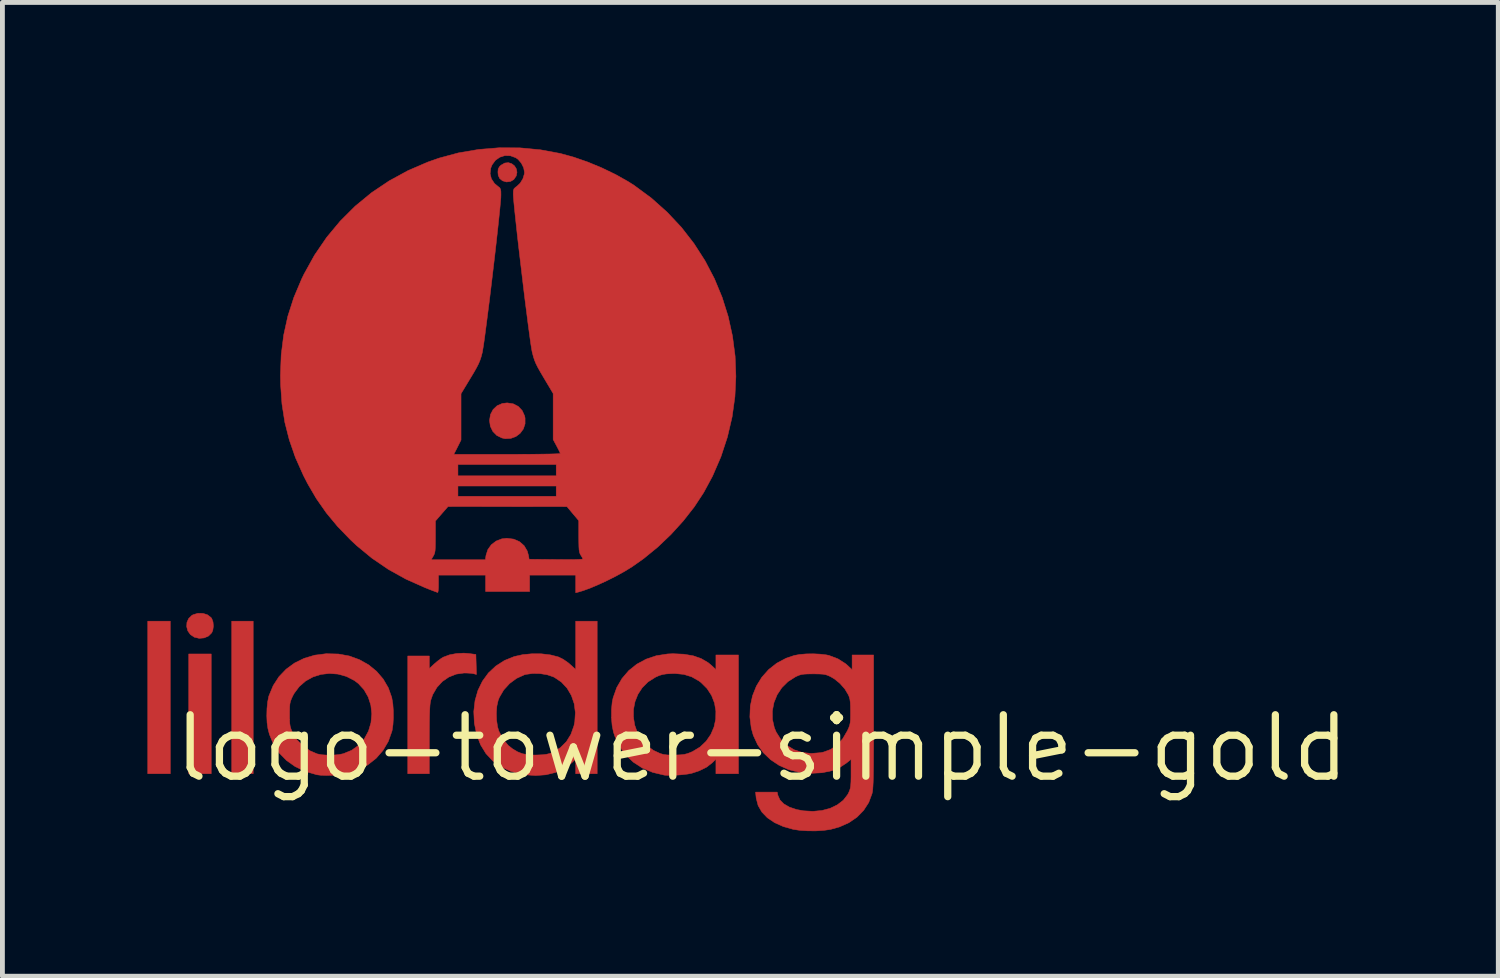
<source format=kicad_pcb>
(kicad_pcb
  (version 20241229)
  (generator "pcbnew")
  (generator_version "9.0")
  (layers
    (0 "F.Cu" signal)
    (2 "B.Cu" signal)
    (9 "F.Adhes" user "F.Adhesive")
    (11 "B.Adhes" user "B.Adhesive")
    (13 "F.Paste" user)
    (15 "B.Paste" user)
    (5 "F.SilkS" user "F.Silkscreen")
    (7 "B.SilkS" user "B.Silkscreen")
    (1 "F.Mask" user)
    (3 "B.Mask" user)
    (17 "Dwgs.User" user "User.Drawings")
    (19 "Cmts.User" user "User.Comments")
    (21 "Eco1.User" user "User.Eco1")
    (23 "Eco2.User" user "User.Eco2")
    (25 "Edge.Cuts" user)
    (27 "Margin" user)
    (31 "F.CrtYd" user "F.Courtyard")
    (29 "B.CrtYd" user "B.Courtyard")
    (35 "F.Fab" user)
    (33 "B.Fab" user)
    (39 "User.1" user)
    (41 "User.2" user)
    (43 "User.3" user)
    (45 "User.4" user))
  (footprint "logo-tower-simple-gold"
    (layer "F.Cu")
    (at 12.705 12.418)
    (property "Reference" "logo-tower-simple-gold" (at 0 0 0) (layer "F.SilkS") (effects (font (size 1.27 1.27) (thickness 0.15))))
    (attr through_hole)
    (fp_poly (pts (xy -12.234 0.529) (xy -12.7 0.529) (xy -12.7 -2.625) (xy -12.234 -2.625) (xy -12.234 0.529)) (stroke (width 0.01) (type solid)) (fill yes) (layer "F.Cu"))
    (fp_poly (pts (xy -11.388 0.529) (xy -11.853 0.529) (xy -11.853 -1.947) (xy -11.388 -1.947) (xy -11.388 0.529)) (stroke (width 0.01) (type solid)) (fill yes) (layer "F.Cu"))
    (fp_poly (pts (xy -10.52 0.529) (xy -10.964 0.529) (xy -10.964 -2.625) (xy -10.52 -2.625) (xy -10.52 0.529)) (stroke (width 0.01) (type solid)) (fill yes) (layer "F.Cu"))
    (fp_poly (pts (xy -5.174 -12.083) (xy -5.118 -12.039) (xy -5.08 -11.978) (xy -5.066 -11.906) (xy -5.082 -11.83) (xy -5.132 -11.757) (xy -5.133 -11.756) (xy -5.201 -11.716) (xy -5.283 -11.706) (xy -5.362 -11.729) (xy -5.366 -11.731) (xy -5.425 -11.779) (xy -5.454 -11.844) (xy -5.46 -11.91) (xy -5.454 -11.975) (xy -5.428 -12.022) (xy -5.396 -12.053) (xy -5.319 -12.097) (xy -5.243 -12.105) (xy -5.174 -12.083)) (stroke (width 0.01) (type solid)) (fill yes) (layer "F.Cu"))
    (fp_poly (pts (xy -11.559 -2.786) (xy -11.466 -2.757) (xy -11.393 -2.701) (xy -11.377 -2.68) (xy -11.351 -2.61) (xy -11.343 -2.522) (xy -11.355 -2.437) (xy -11.377 -2.385) (xy -11.444 -2.318) (xy -11.534 -2.279) (xy -11.636 -2.27) (xy -11.738 -2.294) (xy -11.739 -2.295) (xy -11.819 -2.349) (xy -11.872 -2.424) (xy -11.895 -2.511) (xy -11.89 -2.599) (xy -11.855 -2.679) (xy -11.79 -2.743) (xy -11.761 -2.759) (xy -11.662 -2.788) (xy -11.559 -2.786)) (stroke (width 0.01) (type solid)) (fill yes) (layer "F.Cu"))
    (fp_poly (pts (xy -5.144 -7.119) (xy -5.039 -7.065) (xy -4.959 -6.98) (xy -4.908 -6.869) (xy -4.899 -6.823) (xy -4.899 -6.705) (xy -4.935 -6.598) (xy -5.001 -6.509) (xy -5.089 -6.442) (xy -5.194 -6.404) (xy -5.309 -6.398) (xy -5.378 -6.413) (xy -5.484 -6.465) (xy -5.566 -6.549) (xy -5.617 -6.655) (xy -5.634 -6.774) (xy -5.614 -6.898) (xy -5.56 -7.001) (xy -5.477 -7.079) (xy -5.37 -7.126) (xy -5.27 -7.138) (xy -5.144 -7.119)) (stroke (width 0.01) (type solid)) (fill yes) (layer "F.Cu"))
    (fp_poly (pts (xy -6.062 -1.956) (xy -5.916 -1.937) (xy -5.91 -1.73) (xy -5.904 -1.523) (xy -5.963 -1.539) (xy -6.015 -1.547) (xy -6.092 -1.552) (xy -6.162 -1.553) (xy -6.324 -1.53) (xy -6.475 -1.47) (xy -6.61 -1.377) (xy -6.722 -1.255) (xy -6.808 -1.107) (xy -6.849 -0.99) (xy -6.858 -0.946) (xy -6.865 -0.884) (xy -6.87 -0.8) (xy -6.874 -0.69) (xy -6.877 -0.551) (xy -6.878 -0.377) (xy -6.879 -0.175) (xy -6.879 0.529) (xy -7.324 0.529) (xy -7.324 -1.905) (xy -6.879 -1.905) (xy -6.879 -1.645) (xy -6.776 -1.741) (xy -6.707 -1.8) (xy -6.634 -1.854) (xy -6.587 -1.882) (xy -6.464 -1.928) (xy -6.318 -1.956) (xy -6.165 -1.964) (xy -6.062 -1.956)) (stroke (width 0.01) (type solid)) (fill yes) (layer "F.Cu"))
    (fp_poly (pts (xy -3.408 0.529) (xy -3.852 0.529) (xy -3.852 0.227) (xy -3.946 0.313) (xy -4.095 0.423) (xy -4.271 0.503) (xy -4.468 0.551) (xy -4.681 0.567) (xy -4.907 0.55) (xy -4.964 0.54) (xy -5.193 0.479) (xy -5.394 0.387) (xy -5.566 0.265) (xy -5.708 0.112) (xy -5.819 -0.069) (xy -5.899 -0.279) (xy -5.947 -0.515) (xy -5.948 -0.521) (xy -5.958 -0.728) (xy -5.493 -0.728) (xy -5.488 -0.58) (xy -5.468 -0.443) (xy -5.442 -0.354) (xy -5.357 -0.189) (xy -5.245 -0.054) (xy -5.156 0.016) (xy -5.055 0.076) (xy -4.955 0.115) (xy -4.844 0.136) (xy -4.71 0.143) (xy -4.646 0.142) (xy -4.536 0.137) (xy -4.455 0.127) (xy -4.389 0.111) (xy -4.323 0.084) (xy -4.318 0.082) (xy -4.168 -0.01) (xy -4.045 -0.133) (xy -3.951 -0.285) (xy -3.888 -0.462) (xy -3.871 -0.545) (xy -3.859 -0.736) (xy -3.883 -0.919) (xy -3.941 -1.088) (xy -4.03 -1.239) (xy -4.148 -1.366) (xy -4.292 -1.463) (xy -4.314 -1.474) (xy -4.441 -1.517) (xy -4.588 -1.541) (xy -4.74 -1.544) (xy -4.879 -1.525) (xy -4.916 -1.515) (xy -5.076 -1.442) (xy -5.22 -1.335) (xy -5.341 -1.202) (xy -5.431 -1.048) (xy -5.455 -0.988) (xy -5.482 -0.869) (xy -5.493 -0.728) (xy -5.958 -0.728) (xy -5.959 -0.759) (xy -5.933 -0.984) (xy -5.873 -1.194) (xy -5.78 -1.385) (xy -5.656 -1.555) (xy -5.503 -1.698) (xy -5.325 -1.812) (xy -5.122 -1.894) (xy -4.947 -1.933) (xy -4.755 -1.951) (xy -4.561 -1.95) (xy -4.376 -1.928) (xy -4.215 -1.887) (xy -4.202 -1.882) (xy -4.108 -1.835) (xy -4.01 -1.767) (xy -3.969 -1.732) (xy -3.852 -1.626) (xy -3.852 -2.625) (xy -3.408 -2.625) (xy -3.408 0.529)) (stroke (width 0.01) (type solid)) (fill yes) (layer "F.Cu"))
    (fp_poly (pts (xy -1.616 -1.942) (xy -1.422 -1.909) (xy -1.257 -1.851) (xy -1.116 -1.769) (xy -1.049 -1.714) (xy -0.953 -1.624) (xy -0.953 -1.926) (xy -0.487 -1.926) (xy -0.487 0.529) (xy -0.953 0.529) (xy -0.953 0.228) (xy -1.032 0.305) (xy -1.15 0.396) (xy -1.302 0.47) (xy -1.45 0.519) (xy -1.537 0.536) (xy -1.647 0.549) (xy -1.767 0.559) (xy -1.882 0.564) (xy -1.977 0.562) (xy -2.021 0.558) (xy -2.261 0.501) (xy -2.474 0.411) (xy -2.661 0.29) (xy -2.819 0.14) (xy -2.947 -0.04) (xy -3.043 -0.246) (xy -3.072 -0.334) (xy -3.099 -0.469) (xy -3.112 -0.626) (xy -3.112 -0.637) (xy -2.658 -0.637) (xy -2.632 -0.476) (xy -2.577 -0.322) (xy -2.494 -0.18) (xy -2.384 -0.056) (xy -2.246 0.046) (xy -2.106 0.111) (xy -2.037 0.131) (xy -1.959 0.141) (xy -1.858 0.144) (xy -1.789 0.143) (xy -1.683 0.138) (xy -1.606 0.129) (xy -1.541 0.113) (xy -1.474 0.087) (xy -1.435 0.07) (xy -1.28 -0.024) (xy -1.154 -0.144) (xy -1.058 -0.284) (xy -0.992 -0.438) (xy -0.957 -0.601) (xy -0.954 -0.767) (xy -0.982 -0.932) (xy -1.043 -1.089) (xy -1.137 -1.233) (xy -1.264 -1.359) (xy -1.302 -1.388) (xy -1.453 -1.474) (xy -1.617 -1.525) (xy -1.8 -1.543) (xy -1.872 -1.541) (xy -1.976 -1.535) (xy -2.053 -1.523) (xy -2.121 -1.503) (xy -2.196 -1.47) (xy -2.207 -1.464) (xy -2.357 -1.369) (xy -2.476 -1.25) (xy -2.566 -1.112) (xy -2.626 -0.961) (xy -2.657 -0.801) (xy -2.658 -0.637) (xy -3.112 -0.637) (xy -3.112 -0.791) (xy -3.098 -0.945) (xy -3.079 -1.039) (xy -3.004 -1.251) (xy -2.895 -1.439) (xy -2.756 -1.602) (xy -2.589 -1.736) (xy -2.398 -1.839) (xy -2.185 -1.911) (xy -1.953 -1.947) (xy -1.841 -1.952) (xy -1.616 -1.942)) (stroke (width 0.01) (type solid)) (fill yes) (layer "F.Cu"))
    (fp_poly (pts (xy -8.761 -1.946) (xy -8.758 -1.946) (xy -8.533 -1.905) (xy -8.324 -1.829) (xy -8.135 -1.723) (xy -7.969 -1.588) (xy -7.832 -1.428) (xy -7.726 -1.247) (xy -7.655 -1.047) (xy -7.653 -1.035) (xy -7.633 -0.917) (xy -7.623 -0.776) (xy -7.622 -0.628) (xy -7.63 -0.487) (xy -7.647 -0.369) (xy -7.652 -0.348) (xy -7.726 -0.14) (xy -7.836 0.047) (xy -7.978 0.21) (xy -8.151 0.346) (xy -8.352 0.454) (xy -8.498 0.508) (xy -8.603 0.532) (xy -8.732 0.55) (xy -8.872 0.561) (xy -9.009 0.565) (xy -9.13 0.56) (xy -9.206 0.55) (xy -9.442 0.481) (xy -9.652 0.382) (xy -9.832 0.254) (xy -9.983 0.099) (xy -10.101 -0.082) (xy -10.185 -0.286) (xy -10.215 -0.402) (xy -10.233 -0.526) (xy -10.239 -0.669) (xy -10.238 -0.699) (xy -9.768 -0.699) (xy -9.768 -0.59) (xy -9.764 -0.511) (xy -9.755 -0.451) (xy -9.739 -0.398) (xy -9.715 -0.339) (xy -9.708 -0.323) (xy -9.616 -0.174) (xy -9.493 -0.046) (xy -9.344 0.056) (xy -9.197 0.119) (xy -9.105 0.137) (xy -8.988 0.145) (xy -8.862 0.144) (xy -8.743 0.133) (xy -8.656 0.115) (xy -8.484 0.044) (xy -8.339 -0.06) (xy -8.222 -0.193) (xy -8.136 -0.353) (xy -8.085 -0.525) (xy -8.068 -0.71) (xy -8.088 -0.889) (xy -8.142 -1.057) (xy -8.229 -1.208) (xy -8.345 -1.335) (xy -8.428 -1.398) (xy -8.594 -1.483) (xy -8.769 -1.531) (xy -8.946 -1.544) (xy -9.121 -1.524) (xy -9.286 -1.471) (xy -9.437 -1.387) (xy -9.568 -1.273) (xy -9.673 -1.132) (xy -9.7 -1.083) (xy -9.73 -1.019) (xy -9.749 -0.967) (xy -9.761 -0.914) (xy -9.766 -0.849) (xy -9.768 -0.758) (xy -9.768 -0.699) (xy -10.238 -0.699) (xy -10.235 -0.818) (xy -10.221 -0.957) (xy -10.198 -1.071) (xy -10.194 -1.083) (xy -10.107 -1.292) (xy -9.988 -1.476) (xy -9.839 -1.632) (xy -9.664 -1.76) (xy -9.466 -1.857) (xy -9.248 -1.922) (xy -9.012 -1.952) (xy -8.761 -1.946)) (stroke (width 0.01) (type solid)) (fill yes) (layer "F.Cu"))
    (fp_poly (pts (xy 1.205 -1.943) (xy 1.33 -1.928) (xy 1.386 -1.916) (xy 1.57 -1.846) (xy 1.73 -1.744) (xy 1.783 -1.697) (xy 1.863 -1.621) (xy 1.863 -1.926) (xy 2.307 -1.926) (xy 2.307 -0.555) (xy 2.307 -0.273) (xy 2.307 -0.029) (xy 2.306 0.178) (xy 2.305 0.352) (xy 2.303 0.497) (xy 2.301 0.616) (xy 2.298 0.711) (xy 2.294 0.787) (xy 2.29 0.846) (xy 2.285 0.891) (xy 2.278 0.926) (xy 2.275 0.941) (xy 2.206 1.125) (xy 2.101 1.287) (xy 1.964 1.427) (xy 1.796 1.542) (xy 1.601 1.629) (xy 1.414 1.681) (xy 1.275 1.701) (xy 1.113 1.711) (xy 0.944 1.71) (xy 0.783 1.7) (xy 0.649 1.68) (xy 0.439 1.621) (xy 0.259 1.54) (xy 0.111 1.44) (xy -0.003 1.322) (xy -0.08 1.188) (xy -0.119 1.04) (xy -0.121 1.028) (xy -0.133 0.91) (xy 0.314 0.91) (xy 0.328 0.975) (xy 0.371 1.071) (xy 0.451 1.153) (xy 0.567 1.22) (xy 0.716 1.27) (xy 0.858 1.296) (xy 1.055 1.307) (xy 1.241 1.289) (xy 1.41 1.244) (xy 1.558 1.172) (xy 1.68 1.078) (xy 1.771 0.961) (xy 1.792 0.921) (xy 1.812 0.873) (xy 1.826 0.827) (xy 1.834 0.771) (xy 1.839 0.698) (xy 1.841 0.597) (xy 1.841 0.522) (xy 1.841 0.23) (xy 1.75 0.305) (xy 1.607 0.4) (xy 1.443 0.467) (xy 1.251 0.507) (xy 1.238 0.509) (xy 0.995 0.522) (xy 0.765 0.5) (xy 0.55 0.444) (xy 0.353 0.356) (xy 0.179 0.24) (xy 0.029 0.096) (xy -0.091 -0.072) (xy -0.18 -0.264) (xy -0.222 -0.413) (xy -0.251 -0.644) (xy -0.246 -0.77) (xy 0.214 -0.77) (xy 0.216 -0.594) (xy 0.255 -0.422) (xy 0.293 -0.331) (xy 0.39 -0.179) (xy 0.515 -0.057) (xy 0.662 0.033) (xy 0.83 0.089) (xy 1.015 0.11) (xy 1.212 0.094) (xy 1.27 0.082) (xy 1.42 0.027) (xy 1.553 -0.066) (xy 1.669 -0.195) (xy 1.764 -0.357) (xy 1.793 -0.42) (xy 1.812 -0.472) (xy 1.823 -0.525) (xy 1.829 -0.591) (xy 1.83 -0.681) (xy 1.83 -0.751) (xy 1.829 -0.867) (xy 1.825 -0.95) (xy 1.816 -1.013) (xy 1.801 -1.065) (xy 1.783 -1.106) (xy 1.712 -1.224) (xy 1.612 -1.337) (xy 1.497 -1.431) (xy 1.421 -1.476) (xy 1.365 -1.502) (xy 1.315 -1.519) (xy 1.259 -1.529) (xy 1.187 -1.533) (xy 1.086 -1.535) (xy 1.058 -1.535) (xy 0.95 -1.534) (xy 0.873 -1.53) (xy 0.815 -1.522) (xy 0.764 -1.507) (xy 0.709 -1.483) (xy 0.688 -1.472) (xy 0.536 -1.375) (xy 0.41 -1.25) (xy 0.313 -1.104) (xy 0.247 -0.941) (xy 0.214 -0.77) (xy -0.246 -0.77) (xy -0.242 -0.869) (xy -0.196 -1.083) (xy -0.116 -1.283) (xy -0.005 -1.464) (xy 0.136 -1.623) (xy 0.304 -1.756) (xy 0.498 -1.859) (xy 0.667 -1.916) (xy 0.777 -1.936) (xy 0.913 -1.948) (xy 1.061 -1.95) (xy 1.205 -1.943)) (stroke (width 0.01) (type solid)) (fill yes) (layer "F.Cu"))
    (fp_poly (pts (xy -5.006 -12.411) (xy -4.581 -12.371) (xy -4.17 -12.295) (xy -3.894 -12.219) (xy -3.603 -12.118) (xy -3.311 -11.997) (xy -3.029 -11.861) (xy -2.771 -11.716) (xy -2.646 -11.637) (xy -2.288 -11.373) (xy -1.962 -11.082) (xy -1.667 -10.768) (xy -1.406 -10.432) (xy -1.178 -10.077) (xy -0.984 -9.706) (xy -0.824 -9.32) (xy -0.699 -8.923) (xy -0.61 -8.517) (xy -0.556 -8.104) (xy -0.54 -7.686) (xy -0.56 -7.267) (xy -0.618 -6.849) (xy -0.715 -6.433) (xy -0.85 -6.023) (xy -1.024 -5.621) (xy -1.206 -5.284) (xy -1.399 -4.99) (xy -1.627 -4.699) (xy -1.882 -4.418) (xy -2.158 -4.155) (xy -2.447 -3.919) (xy -2.688 -3.749) (xy -2.841 -3.655) (xy -3.013 -3.56) (xy -3.193 -3.469) (xy -3.374 -3.385) (xy -3.545 -3.312) (xy -3.698 -3.256) (xy -3.799 -3.226) (xy -3.852 -3.213) (xy -3.852 -3.577) (xy -4.805 -3.577) (xy -4.805 -3.239) (xy -5.715 -3.239) (xy -5.715 -3.577) (xy -6.689 -3.577) (xy -6.689 -3.397) (xy -6.69 -3.316) (xy -6.695 -3.254) (xy -6.702 -3.221) (xy -6.705 -3.218) (xy -6.729 -3.226) (xy -6.785 -3.247) (xy -6.864 -3.277) (xy -6.959 -3.315) (xy -6.974 -3.321) (xy -7.366 -3.496) (xy -7.727 -3.697) (xy -8.017 -3.895) (xy -6.841 -3.895) (xy -5.72 -3.895) (xy -5.706 -3.988) (xy -5.668 -4.106) (xy -5.597 -4.205) (xy -5.498 -4.281) (xy -5.38 -4.327) (xy -5.274 -4.339) (xy -5.133 -4.321) (xy -5.014 -4.269) (xy -4.919 -4.186) (xy -4.854 -4.076) (xy -4.827 -3.979) (xy -4.815 -3.905) (xy -4.259 -3.9) (xy -4.111 -3.899) (xy -3.978 -3.899) (xy -3.865 -3.9) (xy -3.778 -3.903) (xy -3.723 -3.906) (xy -3.704 -3.91) (xy -3.715 -3.937) (xy -3.741 -3.982) (xy -3.747 -3.99) (xy -3.763 -4.019) (xy -3.774 -4.053) (xy -3.782 -4.1) (xy -3.786 -4.167) (xy -3.788 -4.263) (xy -3.789 -4.378) (xy -3.789 -4.703) (xy -3.911 -4.848) (xy -4.032 -4.993) (xy -6.492 -4.995) (xy -6.622 -4.846) (xy -6.752 -4.696) (xy -6.752 -4.371) (xy -6.753 -4.244) (xy -6.755 -4.151) (xy -6.759 -4.085) (xy -6.767 -4.038) (xy -6.78 -4.002) (xy -6.797 -3.97) (xy -6.841 -3.895) (xy -8.017 -3.895) (xy -8.063 -3.926) (xy -8.381 -4.188) (xy -8.507 -4.306) (xy -8.775 -4.583) (xy -9.007 -4.863) (xy -9.212 -5.156) (xy -9.366 -5.419) (xy -6.287 -5.419) (xy -6.287 -5.207) (xy -4.255 -5.207) (xy -4.255 -5.419) (xy -6.287 -5.419) (xy -9.366 -5.419) (xy -9.396 -5.471) (xy -9.483 -5.641) (xy -9.582 -5.863) (xy -6.287 -5.863) (xy -6.287 -5.63) (xy -4.255 -5.63) (xy -4.255 -5.863) (xy -6.287 -5.863) (xy -9.582 -5.863) (xy -9.647 -6.008) (xy -9.67 -6.075) (xy -6.372 -6.075) (xy -5.271 -6.075) (xy -5.059 -6.075) (xy -4.861 -6.076) (xy -4.681 -6.077) (xy -4.521 -6.079) (xy -4.387 -6.081) (xy -4.281 -6.084) (xy -4.209 -6.087) (xy -4.173 -6.09) (xy -4.17 -6.091) (xy -4.18 -6.116) (xy -4.205 -6.168) (xy -4.24 -6.235) (xy -4.244 -6.243) (xy -4.318 -6.38) (xy -4.318 -7.332) (xy -4.509 -7.653) (xy -4.581 -7.775) (xy -4.635 -7.871) (xy -4.674 -7.949) (xy -4.703 -8.019) (xy -4.726 -8.091) (xy -4.748 -8.173) (xy -4.753 -8.194) (xy -4.763 -8.249) (xy -4.778 -8.342) (xy -4.796 -8.468) (xy -4.817 -8.623) (xy -4.841 -8.802) (xy -4.866 -9.001) (xy -4.894 -9.216) (xy -4.922 -9.443) (xy -4.95 -9.677) (xy -4.978 -9.913) (xy -5.006 -10.148) (xy -5.033 -10.377) (xy -5.058 -10.595) (xy -5.08 -10.799) (xy -5.1 -10.984) (xy -5.117 -11.146) (xy -5.13 -11.28) (xy -5.139 -11.381) (xy -5.143 -11.447) (xy -5.143 -11.458) (xy -5.141 -11.525) (xy -5.128 -11.565) (xy -5.097 -11.596) (xy -5.068 -11.616) (xy -4.999 -11.682) (xy -4.944 -11.772) (xy -4.914 -11.87) (xy -4.911 -11.907) (xy -4.928 -11.999) (xy -4.975 -12.093) (xy -5.042 -12.172) (xy -5.091 -12.207) (xy -5.203 -12.248) (xy -5.316 -12.251) (xy -5.421 -12.218) (xy -5.512 -12.154) (xy -5.581 -12.06) (xy -5.609 -11.99) (xy -5.622 -11.877) (xy -5.595 -11.77) (xy -5.531 -11.674) (xy -5.455 -11.611) (xy -5.424 -11.587) (xy -5.407 -11.558) (xy -5.399 -11.513) (xy -5.398 -11.438) (xy -5.398 -11.433) (xy -5.4 -11.376) (xy -5.408 -11.281) (xy -5.42 -11.153) (xy -5.436 -10.996) (xy -5.455 -10.815) (xy -5.477 -10.614) (xy -5.501 -10.398) (xy -5.527 -10.17) (xy -5.555 -9.935) (xy -5.583 -9.698) (xy -5.611 -9.463) (xy -5.639 -9.234) (xy -5.667 -9.016) (xy -5.693 -8.813) (xy -5.717 -8.63) (xy -5.738 -8.47) (xy -5.757 -8.338) (xy -5.773 -8.239) (xy -5.784 -8.177) (xy -5.786 -8.17) (xy -5.807 -8.09) (xy -5.831 -8.018) (xy -5.861 -7.946) (xy -5.902 -7.866) (xy -5.958 -7.767) (xy -6.029 -7.649) (xy -6.223 -7.328) (xy -6.223 -6.37) (xy -6.297 -6.222) (xy -6.372 -6.075) (xy -9.67 -6.075) (xy -9.773 -6.371) (xy -9.866 -6.737) (xy -9.925 -7.115) (xy -9.953 -7.513) (xy -9.957 -7.705) (xy -9.941 -8.131) (xy -9.89 -8.538) (xy -9.804 -8.93) (xy -9.68 -9.316) (xy -9.518 -9.7) (xy -9.47 -9.799) (xy -9.252 -10.193) (xy -9.001 -10.56) (xy -8.72 -10.898) (xy -8.41 -11.207) (xy -8.073 -11.484) (xy -7.708 -11.729) (xy -7.319 -11.941) (xy -6.906 -12.119) (xy -6.677 -12.199) (xy -6.277 -12.307) (xy -5.86 -12.378) (xy -5.435 -12.413) (xy -5.006 -12.411)) (stroke (width 0.01) (type solid)) (fill yes) (layer "F.Cu"))
    (fp_poly (pts (xy -12.234 0.529) (xy -12.7 0.529) (xy -12.7 -2.625) (xy -12.234 -2.625) (xy -12.234 0.529)) (stroke (width 0.01) (type solid)) (fill yes) (layer "F.Mask"))
    (fp_poly (pts (xy -11.388 0.529) (xy -11.853 0.529) (xy -11.853 -1.947) (xy -11.388 -1.947) (xy -11.388 0.529)) (stroke (width 0.01) (type solid)) (fill yes) (layer "F.Mask"))
    (fp_poly (pts (xy -10.509 0.519) (xy -10.737 0.525) (xy -10.964 0.531) (xy -10.964 -2.625) (xy -10.498 -2.625) (xy -10.509 0.519)) (stroke (width 0.01) (type solid)) (fill yes) (layer "F.Mask"))
    (fp_poly (pts (xy -5.179 -12.084) (xy -5.118 -12.039) (xy -5.077 -11.974) (xy -5.064 -11.892) (xy -5.069 -11.855) (xy -5.104 -11.781) (xy -5.166 -11.73) (xy -5.242 -11.706) (xy -5.322 -11.712) (xy -5.395 -11.751) (xy -5.405 -11.761) (xy -5.453 -11.835) (xy -5.463 -11.918) (xy -5.435 -12) (xy -5.399 -12.045) (xy -5.328 -12.092) (xy -5.252 -12.103) (xy -5.179 -12.084)) (stroke (width 0.01) (type solid)) (fill yes) (layer "F.Mask"))
    (fp_poly (pts (xy -11.583 -2.788) (xy -11.475 -2.759) (xy -11.397 -2.7) (xy -11.35 -2.613) (xy -11.337 -2.518) (xy -11.357 -2.423) (xy -11.407 -2.345) (xy -11.433 -2.323) (xy -11.51 -2.287) (xy -11.604 -2.272) (xy -11.698 -2.28) (xy -11.739 -2.294) (xy -11.825 -2.354) (xy -11.879 -2.437) (xy -11.896 -2.529) (xy -11.877 -2.628) (xy -11.824 -2.708) (xy -11.745 -2.763) (xy -11.646 -2.789) (xy -11.583 -2.788)) (stroke (width 0.01) (type solid)) (fill yes) (layer "F.Mask"))
    (fp_poly (pts (xy -5.146 -7.117) (xy -5.042 -7.069) (xy -4.963 -6.988) (xy -4.96 -6.983) (xy -4.908 -6.872) (xy -4.893 -6.76) (xy -4.912 -6.654) (xy -4.959 -6.559) (xy -5.031 -6.481) (xy -5.123 -6.425) (xy -5.231 -6.399) (xy -5.351 -6.406) (xy -5.387 -6.416) (xy -5.489 -6.468) (xy -5.566 -6.551) (xy -5.615 -6.659) (xy -5.63 -6.775) (xy -5.612 -6.899) (xy -5.559 -7.001) (xy -5.478 -7.077) (xy -5.371 -7.122) (xy -5.276 -7.133) (xy -5.146 -7.117)) (stroke (width 0.01) (type solid)) (fill yes) (layer "F.Mask"))
    (fp_poly (pts (xy -6.097 -1.956) (xy -6.016 -1.952) (xy -5.96 -1.947) (xy -5.943 -1.943) (xy -5.925 -1.93) (xy -5.914 -1.903) (xy -5.908 -1.855) (xy -5.906 -1.776) (xy -5.905 -1.724) (xy -5.906 -1.63) (xy -5.909 -1.571) (xy -5.916 -1.54) (xy -5.928 -1.53) (xy -5.943 -1.531) (xy -6.108 -1.556) (xy -6.271 -1.541) (xy -6.427 -1.491) (xy -6.569 -1.408) (xy -6.691 -1.295) (xy -6.786 -1.156) (xy -6.82 -1.084) (xy -6.832 -1.05) (xy -6.843 -1.017) (xy -6.851 -0.98) (xy -6.858 -0.934) (xy -6.863 -0.873) (xy -6.866 -0.794) (xy -6.869 -0.691) (xy -6.871 -0.56) (xy -6.873 -0.396) (xy -6.875 -0.217) (xy -6.882 0.529) (xy -7.324 0.529) (xy -7.324 -1.905) (xy -6.879 -1.905) (xy -6.879 -1.647) (xy -6.763 -1.753) (xy -6.651 -1.842) (xy -6.537 -1.903) (xy -6.41 -1.939) (xy -6.259 -1.955) (xy -6.191 -1.957) (xy -6.097 -1.956)) (stroke (width 0.01) (type solid)) (fill yes) (layer "F.Mask"))
    (fp_poly (pts (xy -3.397 0.519) (xy -3.625 0.525) (xy -3.852 0.531) (xy -3.852 0.224) (xy -3.942 0.311) (xy -4.082 0.418) (xy -4.25 0.497) (xy -4.44 0.547) (xy -4.647 0.567) (xy -4.866 0.555) (xy -4.964 0.54) (xy -5.192 0.479) (xy -5.393 0.387) (xy -5.564 0.264) (xy -5.706 0.113) (xy -5.817 -0.066) (xy -5.896 -0.27) (xy -5.941 -0.499) (xy -5.95 -0.654) (xy -5.498 -0.654) (xy -5.476 -0.479) (xy -5.423 -0.314) (xy -5.342 -0.167) (xy -5.236 -0.044) (xy -5.129 0.035) (xy -5.029 0.087) (xy -4.933 0.121) (xy -4.827 0.138) (xy -4.698 0.143) (xy -4.646 0.142) (xy -4.539 0.138) (xy -4.46 0.13) (xy -4.395 0.114) (xy -4.331 0.089) (xy -4.314 0.081) (xy -4.167 -0.01) (xy -4.046 -0.132) (xy -3.952 -0.278) (xy -3.89 -0.445) (xy -3.86 -0.626) (xy -3.866 -0.816) (xy -3.871 -0.852) (xy -3.92 -1.04) (xy -4 -1.202) (xy -4.109 -1.335) (xy -4.244 -1.437) (xy -4.403 -1.506) (xy -4.583 -1.539) (xy -4.606 -1.541) (xy -4.801 -1.532) (xy -4.978 -1.487) (xy -5.134 -1.407) (xy -5.267 -1.294) (xy -5.373 -1.151) (xy -5.449 -0.98) (xy -5.485 -0.832) (xy -5.498 -0.654) (xy -5.95 -0.654) (xy -5.952 -0.699) (xy -5.935 -0.939) (xy -5.885 -1.158) (xy -5.8 -1.353) (xy -5.683 -1.523) (xy -5.635 -1.575) (xy -5.478 -1.714) (xy -5.312 -1.818) (xy -5.13 -1.891) (xy -4.926 -1.934) (xy -4.695 -1.949) (xy -4.667 -1.949) (xy -4.467 -1.94) (xy -4.299 -1.912) (xy -4.156 -1.863) (xy -4.032 -1.789) (xy -3.932 -1.702) (xy -3.852 -1.623) (xy -3.852 -2.625) (xy -3.386 -2.625) (xy -3.397 0.519)) (stroke (width 0.01) (type solid)) (fill yes) (layer "F.Mask"))
    (fp_poly (pts (xy -8.75 -1.943) (xy -8.604 -1.923) (xy -8.466 -1.886) (xy -8.323 -1.828) (xy -8.266 -1.8) (xy -8.082 -1.687) (xy -7.923 -1.542) (xy -7.793 -1.371) (xy -7.696 -1.177) (xy -7.654 -1.045) (xy -7.634 -0.932) (xy -7.623 -0.793) (xy -7.621 -0.644) (xy -7.629 -0.501) (xy -7.645 -0.379) (xy -7.652 -0.348) (xy -7.726 -0.14) (xy -7.836 0.047) (xy -7.977 0.209) (xy -8.147 0.345) (xy -8.343 0.452) (xy -8.561 0.525) (xy -8.619 0.538) (xy -8.763 0.559) (xy -8.922 0.568) (xy -9.075 0.564) (xy -9.206 0.548) (xy -9.432 0.485) (xy -9.638 0.39) (xy -9.818 0.265) (xy -9.971 0.113) (xy -10.092 -0.062) (xy -10.178 -0.258) (xy -10.183 -0.274) (xy -10.219 -0.431) (xy -10.237 -0.609) (xy -10.238 -0.688) (xy -9.768 -0.688) (xy -9.767 -0.581) (xy -9.763 -0.504) (xy -9.753 -0.444) (xy -9.736 -0.39) (xy -9.71 -0.328) (xy -9.708 -0.323) (xy -9.616 -0.174) (xy -9.493 -0.046) (xy -9.344 0.056) (xy -9.197 0.119) (xy -9.098 0.138) (xy -8.975 0.147) (xy -8.843 0.144) (xy -8.721 0.13) (xy -8.632 0.108) (xy -8.548 0.075) (xy -8.466 0.035) (xy -8.431 0.015) (xy -8.299 -0.092) (xy -8.197 -0.222) (xy -8.125 -0.371) (xy -8.081 -0.532) (xy -8.068 -0.699) (xy -8.083 -0.866) (xy -8.128 -1.026) (xy -8.203 -1.174) (xy -8.307 -1.303) (xy -8.424 -1.397) (xy -8.589 -1.48) (xy -8.761 -1.528) (xy -8.937 -1.542) (xy -9.11 -1.524) (xy -9.274 -1.475) (xy -9.424 -1.397) (xy -9.554 -1.291) (xy -9.659 -1.16) (xy -9.719 -1.041) (xy -9.742 -0.976) (xy -9.757 -0.91) (xy -9.765 -0.83) (xy -9.768 -0.725) (xy -9.768 -0.688) (xy -10.238 -0.688) (xy -10.238 -0.789) (xy -10.219 -0.954) (xy -10.215 -0.974) (xy -10.149 -1.192) (xy -10.049 -1.387) (xy -9.916 -1.556) (xy -9.753 -1.698) (xy -9.586 -1.797) (xy -9.434 -1.865) (xy -9.296 -1.91) (xy -9.157 -1.936) (xy -9 -1.947) (xy -8.922 -1.948) (xy -8.75 -1.943)) (stroke (width 0.01) (type solid)) (fill yes) (layer "F.Mask"))
    (fp_poly (pts (xy -1.603 -1.941) (xy -1.486 -1.925) (xy -1.351 -1.887) (xy -1.216 -1.828) (xy -1.099 -1.758) (xy -1.032 -1.703) (xy -0.953 -1.625) (xy -0.953 -1.926) (xy -0.487 -1.926) (xy -0.487 0.529) (xy -0.953 0.529) (xy -0.953 0.238) (xy -1.032 0.31) (xy -1.153 0.398) (xy -1.305 0.472) (xy -1.45 0.519) (xy -1.537 0.536) (xy -1.648 0.55) (xy -1.768 0.56) (xy -1.884 0.564) (xy -1.98 0.562) (xy -2.021 0.558) (xy -2.259 0.501) (xy -2.472 0.411) (xy -2.659 0.291) (xy -2.817 0.141) (xy -2.944 -0.037) (xy -3.04 -0.24) (xy -3.079 -0.37) (xy -3.099 -0.485) (xy -3.109 -0.624) (xy -3.109 -0.654) (xy -2.656 -0.654) (xy -2.631 -0.483) (xy -2.576 -0.32) (xy -2.49 -0.172) (xy -2.375 -0.046) (xy -2.286 0.021) (xy -2.187 0.078) (xy -2.093 0.116) (xy -1.993 0.136) (xy -1.871 0.143) (xy -1.789 0.142) (xy -1.684 0.138) (xy -1.607 0.129) (xy -1.542 0.114) (xy -1.476 0.089) (xy -1.435 0.07) (xy -1.274 -0.028) (xy -1.141 -0.158) (xy -1.039 -0.316) (xy -1.03 -0.334) (xy -1 -0.402) (xy -0.98 -0.459) (xy -0.969 -0.517) (xy -0.964 -0.591) (xy -0.963 -0.693) (xy -0.963 -0.699) (xy -0.965 -0.808) (xy -0.971 -0.888) (xy -0.983 -0.95) (xy -1.003 -1.007) (xy -1.012 -1.027) (xy -1.085 -1.165) (xy -1.168 -1.273) (xy -1.27 -1.364) (xy -1.289 -1.378) (xy -1.444 -1.466) (xy -1.613 -1.521) (xy -1.788 -1.544) (xy -1.962 -1.535) (xy -2.13 -1.494) (xy -2.282 -1.423) (xy -2.413 -1.322) (xy -2.433 -1.301) (xy -2.539 -1.157) (xy -2.611 -0.997) (xy -2.65 -0.828) (xy -2.656 -0.654) (xy -3.109 -0.654) (xy -3.109 -0.772) (xy -3.099 -0.912) (xy -3.079 -1.027) (xy -3.079 -1.027) (xy -3.017 -1.214) (xy -2.928 -1.379) (xy -2.806 -1.534) (xy -2.753 -1.59) (xy -2.604 -1.721) (xy -2.451 -1.818) (xy -2.279 -1.887) (xy -2.169 -1.917) (xy -2.048 -1.936) (xy -1.902 -1.947) (xy -1.748 -1.949) (xy -1.603 -1.941)) (stroke (width 0.01) (type solid)) (fill yes) (layer "F.Mask"))
    (fp_poly (pts (xy 1.255 -1.938) (xy 1.444 -1.897) (xy 1.608 -1.828) (xy 1.75 -1.728) (xy 1.77 -1.71) (xy 1.863 -1.624) (xy 1.863 -1.926) (xy 2.307 -1.926) (xy 2.307 -0.545) (xy 2.307 -0.259) (xy 2.307 -0.012) (xy 2.306 0.199) (xy 2.304 0.379) (xy 2.302 0.529) (xy 2.299 0.654) (xy 2.294 0.756) (xy 2.288 0.84) (xy 2.28 0.908) (xy 2.27 0.964) (xy 2.258 1.011) (xy 2.244 1.053) (xy 2.226 1.093) (xy 2.206 1.134) (xy 2.194 1.158) (xy 2.102 1.295) (xy 1.976 1.42) (xy 1.822 1.528) (xy 1.647 1.614) (xy 1.458 1.673) (xy 1.411 1.683) (xy 1.271 1.702) (xy 1.11 1.711) (xy 0.942 1.71) (xy 0.784 1.7) (xy 0.651 1.681) (xy 0.649 1.68) (xy 0.444 1.622) (xy 0.266 1.543) (xy 0.119 1.446) (xy 0.003 1.332) (xy -0.077 1.205) (xy -0.12 1.066) (xy -0.126 0.99) (xy -0.127 0.91) (xy 0.314 0.91) (xy 0.328 0.975) (xy 0.369 1.067) (xy 0.445 1.147) (xy 0.549 1.211) (xy 0.676 1.261) (xy 0.821 1.293) (xy 0.975 1.307) (xy 1.135 1.303) (xy 1.294 1.277) (xy 1.446 1.23) (xy 1.483 1.215) (xy 1.623 1.13) (xy 1.733 1.017) (xy 1.801 0.9) (xy 1.821 0.848) (xy 1.836 0.79) (xy 1.846 0.717) (xy 1.853 0.62) (xy 1.858 0.498) (xy 1.869 0.201) (xy 1.778 0.283) (xy 1.637 0.383) (xy 1.47 0.457) (xy 1.284 0.503) (xy 1.084 0.523) (xy 0.879 0.515) (xy 0.674 0.48) (xy 0.477 0.417) (xy 0.295 0.327) (xy 0.293 0.326) (xy 0.128 0.202) (xy -0.008 0.053) (xy -0.114 -0.118) (xy -0.19 -0.304) (xy -0.235 -0.502) (xy -0.246 -0.651) (xy 0.217 -0.651) (xy 0.241 -0.482) (xy 0.299 -0.322) (xy 0.392 -0.177) (xy 0.415 -0.15) (xy 0.545 -0.036) (xy 0.699 0.047) (xy 0.868 0.098) (xy 1.047 0.114) (xy 1.227 0.094) (xy 1.348 0.059) (xy 1.455 0.005) (xy 1.563 -0.077) (xy 1.659 -0.174) (xy 1.721 -0.26) (xy 1.788 -0.401) (xy 1.826 -0.553) (xy 1.839 -0.726) (xy 1.837 -0.802) (xy 1.824 -0.949) (xy 1.797 -1.068) (xy 1.749 -1.17) (xy 1.677 -1.269) (xy 1.639 -1.311) (xy 1.526 -1.413) (xy 1.403 -1.483) (xy 1.26 -1.524) (xy 1.109 -1.541) (xy 0.945 -1.54) (xy 0.807 -1.517) (xy 0.683 -1.47) (xy 0.571 -1.403) (xy 0.44 -1.286) (xy 0.337 -1.147) (xy 0.266 -0.99) (xy 0.225 -0.823) (xy 0.217 -0.651) (xy -0.246 -0.651) (xy -0.25 -0.706) (xy -0.233 -0.911) (xy -0.183 -1.113) (xy -0.102 -1.305) (xy 0.012 -1.483) (xy 0.115 -1.6) (xy 0.276 -1.737) (xy 0.453 -1.839) (xy 0.649 -1.907) (xy 0.87 -1.944) (xy 1.037 -1.951) (xy 1.255 -1.938)) (stroke (width 0.01) (type solid)) (fill yes) (layer "F.Mask"))
    (fp_poly (pts (xy -5.105 -12.412) (xy -4.894 -12.404) (xy -4.704 -12.389) (xy -4.593 -12.375) (xy -4.207 -12.302) (xy -3.847 -12.205) (xy -3.502 -12.082) (xy -3.162 -11.928) (xy -3.143 -11.918) (xy -2.831 -11.748) (xy -2.55 -11.57) (xy -2.29 -11.375) (xy -2.04 -11.156) (xy -1.918 -11.038) (xy -1.618 -10.708) (xy -1.352 -10.355) (xy -1.122 -9.979) (xy -0.928 -9.582) (xy -0.771 -9.167) (xy -0.651 -8.734) (xy -0.571 -8.285) (xy -0.57 -8.276) (xy -0.555 -8.129) (xy -0.547 -7.952) (xy -0.544 -7.757) (xy -0.546 -7.556) (xy -0.553 -7.362) (xy -0.566 -7.186) (xy -0.58 -7.062) (xy -0.664 -6.623) (xy -0.787 -6.198) (xy -0.947 -5.789) (xy -1.143 -5.4) (xy -1.373 -5.031) (xy -1.635 -4.685) (xy -1.928 -4.364) (xy -2.251 -4.07) (xy -2.602 -3.806) (xy -2.979 -3.574) (xy -3.15 -3.484) (xy -3.23 -3.446) (xy -3.328 -3.402) (xy -3.435 -3.357) (xy -3.543 -3.313) (xy -3.643 -3.274) (xy -3.729 -3.243) (xy -3.79 -3.223) (xy -3.817 -3.217) (xy -3.835 -3.223) (xy -3.845 -3.246) (xy -3.851 -3.293) (xy -3.852 -3.373) (xy -3.852 -3.397) (xy -3.852 -3.577) (xy -4.805 -3.577) (xy -4.805 -3.239) (xy -5.715 -3.239) (xy -5.715 -3.577) (xy -6.668 -3.577) (xy -6.668 -3.397) (xy -6.67 -3.302) (xy -6.676 -3.245) (xy -6.688 -3.22) (xy -6.694 -3.218) (xy -6.722 -3.226) (xy -6.782 -3.247) (xy -6.865 -3.278) (xy -6.963 -3.317) (xy -6.996 -3.33) (xy -7.401 -3.516) (xy -7.785 -3.737) (xy -8.008 -3.895) (xy -6.84 -3.895) (xy -5.715 -3.895) (xy -5.715 -3.943) (xy -5.706 -3.989) (xy -5.682 -4.055) (xy -5.661 -4.1) (xy -5.586 -4.212) (xy -5.488 -4.288) (xy -5.367 -4.328) (xy -5.313 -4.335) (xy -5.167 -4.328) (xy -5.042 -4.285) (xy -4.941 -4.208) (xy -4.866 -4.098) (xy -4.817 -3.955) (xy -4.817 -3.953) (xy -4.804 -3.895) (xy -3.681 -3.895) (xy -3.735 -3.974) (xy -3.756 -4.006) (xy -3.77 -4.037) (xy -3.78 -4.075) (xy -3.785 -4.128) (xy -3.788 -4.203) (xy -3.789 -4.309) (xy -3.789 -4.381) (xy -3.79 -4.71) (xy -4.032 -4.993) (xy -6.494 -4.995) (xy -6.623 -4.843) (xy -6.752 -4.691) (xy -6.752 -4.364) (xy -6.753 -4.237) (xy -6.755 -4.144) (xy -6.759 -4.079) (xy -6.767 -4.032) (xy -6.779 -3.997) (xy -6.796 -3.966) (xy -6.796 -3.966) (xy -6.84 -3.895) (xy -8.008 -3.895) (xy -8.144 -3.991) (xy -8.478 -4.276) (xy -8.783 -4.59) (xy -9.058 -4.932) (xy -9.301 -5.298) (xy -9.365 -5.419) (xy -6.287 -5.419) (xy -6.287 -5.207) (xy -4.255 -5.207) (xy -4.255 -5.419) (xy -6.287 -5.419) (xy -9.365 -5.419) (xy -9.504 -5.677) (xy -9.583 -5.863) (xy -6.287 -5.863) (xy -6.287 -5.63) (xy -4.255 -5.63) (xy -4.255 -5.863) (xy -6.287 -5.863) (xy -9.583 -5.863) (xy -9.669 -6.065) (xy -9.672 -6.075) (xy -6.372 -6.075) (xy -5.271 -6.075) (xy -5.059 -6.075) (xy -4.861 -6.076) (xy -4.68 -6.077) (xy -4.521 -6.078) (xy -4.386 -6.079) (xy -4.281 -6.081) (xy -4.208 -6.083) (xy -4.173 -6.085) (xy -4.17 -6.086) (xy -4.179 -6.109) (xy -4.202 -6.159) (xy -4.236 -6.228) (xy -4.244 -6.244) (xy -4.318 -6.391) (xy -4.318 -7.342) (xy -4.508 -7.659) (xy -4.58 -7.78) (xy -4.634 -7.874) (xy -4.673 -7.952) (xy -4.702 -8.022) (xy -4.725 -8.093) (xy -4.746 -8.175) (xy -4.751 -8.194) (xy -4.761 -8.249) (xy -4.776 -8.341) (xy -4.794 -8.466) (xy -4.815 -8.62) (xy -4.839 -8.799) (xy -4.864 -8.998) (xy -4.891 -9.213) (xy -4.919 -9.439) (xy -4.948 -9.673) (xy -4.976 -9.91) (xy -5.004 -10.145) (xy -5.031 -10.375) (xy -5.056 -10.594) (xy -5.079 -10.799) (xy -5.099 -10.985) (xy -5.116 -11.148) (xy -5.13 -11.283) (xy -5.139 -11.387) (xy -5.143 -11.454) (xy -5.144 -11.468) (xy -5.14 -11.533) (xy -5.127 -11.57) (xy -5.099 -11.591) (xy -5.093 -11.594) (xy -5.048 -11.626) (xy -4.998 -11.676) (xy -4.983 -11.695) (xy -4.93 -11.796) (xy -4.914 -11.906) (xy -4.932 -12.015) (xy -4.984 -12.113) (xy -5.067 -12.192) (xy -5.091 -12.207) (xy -5.2 -12.25) (xy -5.304 -12.256) (xy -5.398 -12.231) (xy -5.479 -12.18) (xy -5.545 -12.11) (xy -5.591 -12.025) (xy -5.615 -11.932) (xy -5.612 -11.836) (xy -5.579 -11.743) (xy -5.514 -11.657) (xy -5.455 -11.611) (xy -5.424 -11.588) (xy -5.407 -11.56) (xy -5.399 -11.515) (xy -5.398 -11.442) (xy -5.397 -11.428) (xy -5.4 -11.37) (xy -5.408 -11.274) (xy -5.42 -11.145) (xy -5.435 -10.988) (xy -5.455 -10.806) (xy -5.477 -10.605) (xy -5.501 -10.388) (xy -5.527 -10.159) (xy -5.554 -9.925) (xy -5.582 -9.688) (xy -5.611 -9.453) (xy -5.639 -9.224) (xy -5.666 -9.006) (xy -5.692 -8.804) (xy -5.716 -8.621) (xy -5.738 -8.462) (xy -5.756 -8.332) (xy -5.772 -8.234) (xy -5.783 -8.174) (xy -5.784 -8.169) (xy -5.806 -8.089) (xy -5.83 -8.016) (xy -5.86 -7.944) (xy -5.902 -7.862) (xy -5.958 -7.763) (xy -6.028 -7.644) (xy -6.223 -7.321) (xy -6.223 -6.37) (xy -6.297 -6.222) (xy -6.372 -6.075) (xy -9.672 -6.075) (xy -9.796 -6.457) (xy -9.885 -6.857) (xy -9.938 -7.272) (xy -9.955 -7.706) (xy -9.955 -7.726) (xy -9.936 -8.161) (xy -9.881 -8.577) (xy -9.79 -8.977) (xy -9.661 -9.368) (xy -9.493 -9.753) (xy -9.481 -9.777) (xy -9.262 -10.174) (xy -9.012 -10.542) (xy -8.732 -10.882) (xy -8.424 -11.19) (xy -8.09 -11.468) (xy -7.731 -11.713) (xy -7.348 -11.925) (xy -6.943 -12.101) (xy -6.518 -12.242) (xy -6.074 -12.346) (xy -5.905 -12.375) (xy -5.737 -12.394) (xy -5.539 -12.407) (xy -5.324 -12.413) (xy -5.105 -12.412)) (stroke (width 0.01) (type solid)) (fill yes) (layer "F.Mask")))
  (gr_rect
    (start -3 -3)
    (end 27.928 17.134)
    (stroke (width 0.1) (type default))
    (fill no)
    (layer "Edge.Cuts")))
</source>
